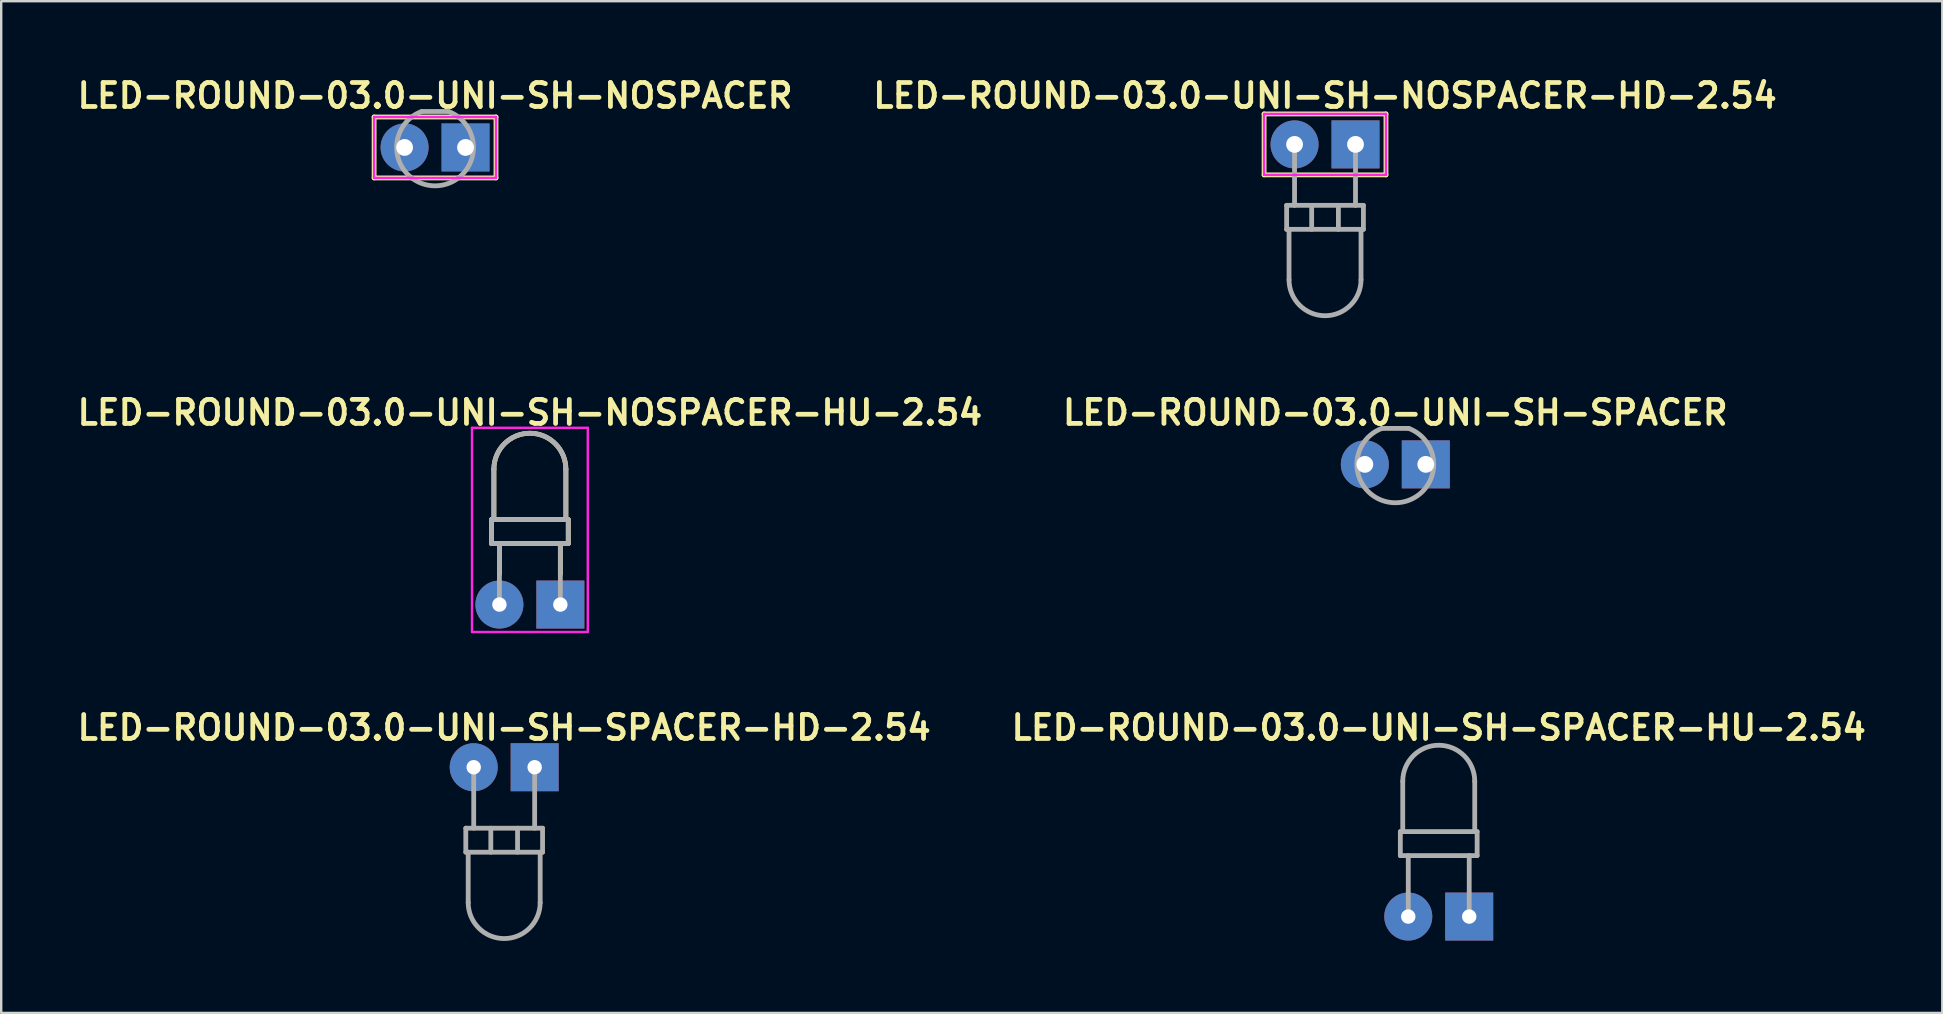
<source format=kicad_pcb>
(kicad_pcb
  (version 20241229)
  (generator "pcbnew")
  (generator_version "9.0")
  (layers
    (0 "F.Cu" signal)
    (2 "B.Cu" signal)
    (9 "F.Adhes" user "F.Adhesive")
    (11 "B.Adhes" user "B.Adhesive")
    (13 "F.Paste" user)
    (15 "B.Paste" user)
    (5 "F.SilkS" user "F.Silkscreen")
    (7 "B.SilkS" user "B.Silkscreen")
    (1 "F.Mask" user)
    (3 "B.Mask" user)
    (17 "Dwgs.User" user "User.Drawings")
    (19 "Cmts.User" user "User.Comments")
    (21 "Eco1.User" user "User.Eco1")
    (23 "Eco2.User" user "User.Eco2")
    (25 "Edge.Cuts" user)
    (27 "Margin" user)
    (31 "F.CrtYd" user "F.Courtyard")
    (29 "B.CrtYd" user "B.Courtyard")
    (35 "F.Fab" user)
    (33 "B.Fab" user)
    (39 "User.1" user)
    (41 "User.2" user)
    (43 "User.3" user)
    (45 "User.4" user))
  (footprint "LED-ROUND-03.0-UNI-SH-NOSPACER-HD-2.54"
    (layer "F.Cu")
    (at 52.171 2.968)
    (property "Reference" "LED-ROUND-03.0-UNI-SH-NOSPACER-HD-2.54" (at 0 -2.032 0) (layer "F.SilkS") (effects (font (size 1 1) (thickness 0.2))))
    (attr through_hole)
    (fp_line (start -2.54 -1.27) (end -2.54 1.27) (stroke (width 0.2) (type solid)) (layer "F.SilkS"))
    (fp_line (start -2.54 -1.27) (end 2.54 -1.27) (stroke (width 0.2) (type solid)) (layer "F.SilkS"))
    (fp_line (start -2.54 1.27) (end 2.54 1.27) (stroke (width 0.2) (type solid)) (layer "F.SilkS"))
    (fp_line (start 2.54 -1.27) (end 2.54 1.27) (stroke (width 0.2) (type solid)) (layer "F.SilkS"))
    (fp_line (start -2.54 -1.27) (end -2.54 1.27) (stroke (width 0.1) (type solid)) (layer "F.CrtYd"))
    (fp_line (start -2.54 -1.27) (end 2.54 -1.27) (stroke (width 0.1) (type solid)) (layer "F.CrtYd"))
    (fp_line (start -2.54 1.27) (end 2.54 1.27) (stroke (width 0.1) (type solid)) (layer "F.CrtYd"))
    (fp_line (start 2.54 -1.27) (end 2.54 1.27) (stroke (width 0.1) (type solid)) (layer "F.CrtYd"))
    (fp_line (start -1.6 2.54) (end 1.6 2.54) (stroke (width 0.2) (type solid)) (layer "F.Fab"))
    (fp_line (start -1.6 3.54) (end -1.6 2.54) (stroke (width 0.2) (type solid)) (layer "F.Fab"))
    (fp_line (start -1.6 3.54) (end 1.6 3.54) (stroke (width 0.2) (type solid)) (layer "F.Fab"))
    (fp_line (start -1.5 5.64) (end -1.5 3.54) (stroke (width 0.2) (type solid)) (layer "F.Fab"))
    (fp_line (start -1.27 2.54) (end -1.27 0) (stroke (width 0.2) (type solid)) (layer "F.Fab"))
    (fp_line (start -0.557 3.54) (end -0.557 2.54) (stroke (width 0.2) (type solid)) (layer "F.Fab"))
    (fp_line (start 0.557 3.54) (end 0.557 2.54) (stroke (width 0.2) (type solid)) (layer "F.Fab"))
    (fp_line (start 1.27 2.54) (end 1.27 0) (stroke (width 0.2) (type solid)) (layer "F.Fab"))
    (fp_line (start 1.5 5.64) (end 1.5 3.54) (stroke (width 0.2) (type solid)) (layer "F.Fab"))
    (fp_line (start 1.6 3.54) (end 1.6 2.54) (stroke (width 0.2) (type solid)) (layer "F.Fab"))
    (fp_arc (start 1.5 5.64) (mid 0 7.14) (end -1.5 5.64) (stroke (width 0.2) (type solid)) (layer "F.Fab"))
    (pad "A" thru_hole rect (at 1.27 0) (size 2 2) (drill 0.7) (layers "*.Cu" "*.Mask"))
    (pad "C" thru_hole circle (at -1.27 0) (size 2 2) (drill 0.7) (layers "*.Cu" "*.Mask")))
  (footprint "LED-ROUND-03.0-UNI-SH-SPACER-HU-2.54"
    (layer "F.Cu")
    (at 56.91 35.148)
    (property "Reference" "LED-ROUND-03.0-UNI-SH-SPACER-HU-2.54" (at 0 -7.874 0) (layer "F.SilkS") (effects (font (size 1 1) (thickness 0.2))))
    (attr through_hole)
    (fp_line (start -1.6 -3.54) (end -1.6 -2.54) (stroke (width 0.2) (type solid)) (layer "F.Fab"))
    (fp_line (start -1.6 -3.54) (end 1.6 -3.54) (stroke (width 0.2) (type solid)) (layer "F.Fab"))
    (fp_line (start -1.6 -2.54) (end 1.6 -2.54) (stroke (width 0.2) (type solid)) (layer "F.Fab"))
    (fp_line (start -1.5 -5.64) (end -1.5 -3.54) (stroke (width 0.2) (type solid)) (layer "F.Fab"))
    (fp_line (start -1.27 -2.54) (end -1.27 0) (stroke (width 0.2) (type solid)) (layer "F.Fab"))
    (fp_line (start 1.27 -2.54) (end 1.27 0) (stroke (width 0.2) (type solid)) (layer "F.Fab"))
    (fp_line (start 1.5 -5.64) (end 1.5 -3.54) (stroke (width 0.2) (type solid)) (layer "F.Fab"))
    (fp_line (start 1.6 -3.54) (end 1.6 -2.54) (stroke (width 0.2) (type solid)) (layer "F.Fab"))
    (fp_arc (start -1.5 -5.64) (mid 0 -7.14) (end 1.5 -5.64) (stroke (width 0.2) (type solid)) (layer "F.Fab"))
    (pad "A" thru_hole rect (at 1.27 0) (size 2 2) (drill 0.6) (layers "B.Cu" "B.Mask"))
    (pad "C" thru_hole circle (at -1.27 0) (size 2 2) (drill 0.6) (layers "B.Cu" "B.Mask")))
  (footprint "LED-ROUND-03.0-UNI-SH-SPACER-HD-2.54"
    (layer "F.Cu")
    (at 17.962 28.925)
    (property "Reference" "LED-ROUND-03.0-UNI-SH-SPACER-HD-2.54" (at 0 -1.651 0) (layer "F.SilkS") (effects (font (size 1 1) (thickness 0.2))))
    (attr through_hole)
    (fp_line (start -1.6 2.54) (end 1.6 2.54) (stroke (width 0.2) (type solid)) (layer "F.Fab"))
    (fp_line (start -1.6 3.54) (end -1.6 2.54) (stroke (width 0.2) (type solid)) (layer "F.Fab"))
    (fp_line (start -1.6 3.54) (end 1.6 3.54) (stroke (width 0.2) (type solid)) (layer "F.Fab"))
    (fp_line (start -1.5 5.64) (end -1.5 3.54) (stroke (width 0.2) (type solid)) (layer "F.Fab"))
    (fp_line (start -1.27 2.54) (end -1.27 0) (stroke (width 0.2) (type solid)) (layer "F.Fab"))
    (fp_line (start -0.557 3.54) (end -0.557 2.54) (stroke (width 0.2) (type solid)) (layer "F.Fab"))
    (fp_line (start 0.557 3.54) (end 0.557 2.54) (stroke (width 0.2) (type solid)) (layer "F.Fab"))
    (fp_line (start 1.27 2.54) (end 1.27 0) (stroke (width 0.2) (type solid)) (layer "F.Fab"))
    (fp_line (start 1.5 5.64) (end 1.5 3.54) (stroke (width 0.2) (type solid)) (layer "F.Fab"))
    (fp_line (start 1.6 3.54) (end 1.6 2.54) (stroke (width 0.2) (type solid)) (layer "F.Fab"))
    (fp_arc (start 1.5 5.64) (mid 0 7.14) (end -1.5 5.64) (stroke (width 0.2) (type solid)) (layer "F.Fab"))
    (pad "A" thru_hole rect (at 1.27 0) (size 2 2) (drill 0.6) (layers "B.Cu" "B.Mask"))
    (pad "C" thru_hole circle (at -1.27 0) (size 2 2) (drill 0.6) (layers "B.Cu" "B.Mask")))
  (footprint "LED-ROUND-03.0-UNI-SH-NOSPACER-HU-2.54"
    (layer "F.Cu")
    (at 19.033 22.145)
    (property "Reference" "LED-ROUND-03.0-UNI-SH-NOSPACER-HU-2.54" (at 0 -8.001 0) (layer "F.SilkS") (effects (font (size 1 1) (thickness 0.2))))
    (attr through_hole)
    (fp_line (start -1.6 -3.54) (end -1.6 -2.54) (stroke (width 0.2) (type solid)) (layer "F.SilkS"))
    (fp_line (start -1.6 -3.54) (end 1.6 -3.54) (stroke (width 0.2) (type solid)) (layer "F.SilkS"))
    (fp_line (start -1.6 -2.54) (end 1.6 -2.54) (stroke (width 0.2) (type solid)) (layer "F.SilkS"))
    (fp_line (start -1.5 -5.64) (end -1.5 -3.54) (stroke (width 0.2) (type solid)) (layer "F.SilkS"))
    (fp_line (start -1.27 -2.54) (end -1.27 -1.27) (stroke (width 0.2) (type solid)) (layer "F.SilkS"))
    (fp_line (start 1.27 -2.54) (end 1.27 -1.27) (stroke (width 0.2) (type solid)) (layer "F.SilkS"))
    (fp_line (start 1.5 -5.64) (end 1.5 -3.54) (stroke (width 0.2) (type solid)) (layer "F.SilkS"))
    (fp_line (start 1.6 -3.54) (end 1.6 -2.54) (stroke (width 0.2) (type solid)) (layer "F.SilkS"))
    (fp_arc (start -1.5 -5.64) (mid 0 -7.14) (end 1.5 -5.64) (stroke (width 0.2) (type solid)) (layer "F.SilkS"))
    (fp_line (start -2.413 -7.366) (end -2.413 1.143) (stroke (width 0.1) (type solid)) (layer "F.CrtYd"))
    (fp_line (start -2.413 -7.366) (end 2.413 -7.366) (stroke (width 0.1) (type solid)) (layer "F.CrtYd"))
    (fp_line (start -2.413 1.143) (end 2.413 1.143) (stroke (width 0.1) (type solid)) (layer "F.CrtYd"))
    (fp_line (start 2.413 -7.366) (end 2.413 1.143) (stroke (width 0.1) (type solid)) (layer "F.CrtYd"))
    (fp_line (start -1.6 -3.54) (end -1.6 -2.54) (stroke (width 0.2) (type solid)) (layer "F.Fab"))
    (fp_line (start -1.6 -3.54) (end 1.6 -3.54) (stroke (width 0.2) (type solid)) (layer "F.Fab"))
    (fp_line (start -1.6 -2.54) (end 1.6 -2.54) (stroke (width 0.2) (type solid)) (layer "F.Fab"))
    (fp_line (start -1.5 -5.64) (end -1.5 -3.54) (stroke (width 0.2) (type solid)) (layer "F.Fab"))
    (fp_line (start -1.27 -2.54) (end -1.27 0) (stroke (width 0.2) (type solid)) (layer "F.Fab"))
    (fp_line (start 1.27 -2.54) (end 1.27 0) (stroke (width 0.2) (type solid)) (layer "F.Fab"))
    (fp_line (start 1.5 -5.64) (end 1.5 -3.54) (stroke (width 0.2) (type solid)) (layer "F.Fab"))
    (fp_line (start 1.6 -3.54) (end 1.6 -2.54) (stroke (width 0.2) (type solid)) (layer "F.Fab"))
    (fp_arc (start -1.5 -5.64) (mid 0 -7.14) (end 1.5 -5.64) (stroke (width 0.2) (type solid)) (layer "F.Fab"))
    (pad "A" thru_hole rect (at 1.27 0) (size 2 2) (drill 0.6) (layers "*.Cu" "*.Mask"))
    (pad "C" thru_hole circle (at -1.27 0) (size 2 2) (drill 0.6) (layers "*.Cu" "*.Mask")))
  (footprint "LED-ROUND-03.0-UNI-SH-NOSPACER"
    (layer "F.Cu")
    (at 15.081 3.095)
    (property "Reference" "LED-ROUND-03.0-UNI-SH-NOSPACER" (at 0 -2.159 0) (layer "F.SilkS") (effects (font (size 1 1) (thickness 0.2))))
    (attr through_hole)
    (fp_line (start -2.54 -1.27) (end -2.54 1.27) (stroke (width 0.2) (type solid)) (layer "F.SilkS"))
    (fp_line (start -2.54 -1.27) (end 2.54 -1.27) (stroke (width 0.2) (type solid)) (layer "F.SilkS"))
    (fp_line (start -2.54 1.27) (end 2.54 1.27) (stroke (width 0.2) (type solid)) (layer "F.SilkS"))
    (fp_line (start 2.54 -1.27) (end 2.54 1.27) (stroke (width 0.2) (type solid)) (layer "F.SilkS"))
    (fp_line (start -2.54 -1.27) (end -2.54 1.27) (stroke (width 0.1) (type solid)) (layer "F.CrtYd"))
    (fp_line (start -2.54 -1.27) (end 2.54 -1.27) (stroke (width 0.1) (type solid)) (layer "F.CrtYd"))
    (fp_line (start -2.54 1.27) (end 2.54 1.27) (stroke (width 0.1) (type solid)) (layer "F.CrtYd"))
    (fp_line (start 2.54 -1.27) (end 2.54 1.27) (stroke (width 0.1) (type solid)) (layer "F.CrtYd"))
    (fp_line (start -0.557 -1.5) (end 0.557 -1.5) (stroke (width 0.2) (type solid)) (layer "F.Fab"))
    (fp_arc (start 0.556037 -1.500274) (mid 0.000394 1.6) (end -0.556776 -1.5) (stroke (width 0.2) (type solid)) (layer "F.Fab"))
    (pad "A" thru_hole rect (at 1.27 0) (size 2 2) (drill 0.7) (layers "*.Cu" "*.Mask"))
    (pad "C" thru_hole circle (at -1.27 0) (size 2 2) (drill 0.7) (layers "*.Cu" "*.Mask")))
  (footprint "LED-ROUND-03.0-UNI-SH-SPACER"
    (layer "F.Cu")
    (at 55.1 16.303)
    (property "Reference" "LED-ROUND-03.0-UNI-SH-SPACER" (at 0 -2.159 0) (layer "F.SilkS") (effects (font (size 1 1) (thickness 0.2))))
    (attr through_hole)
    (fp_line (start -0.557 -1.5) (end 0.557 -1.5) (stroke (width 0.2) (type solid)) (layer "F.Fab"))
    (fp_arc (start 0.556037 -1.500274) (mid 0.000394 1.6) (end -0.556776 -1.5) (stroke (width 0.2) (type solid)) (layer "F.Fab"))
    (pad "A" thru_hole rect (at 1.27 0) (size 2 2) (drill 0.7) (layers "B.Cu" "B.Mask"))
    (pad "C" thru_hole circle (at -1.27 0) (size 2 2) (drill 0.7) (layers "B.Cu" "B.Mask")))
  (gr_rect
    (start -3 -3)
    (end 77.895 39.165)
    (stroke (width 0.1) (type default))
    (fill no)
    (layer "Edge.Cuts")))
</source>
